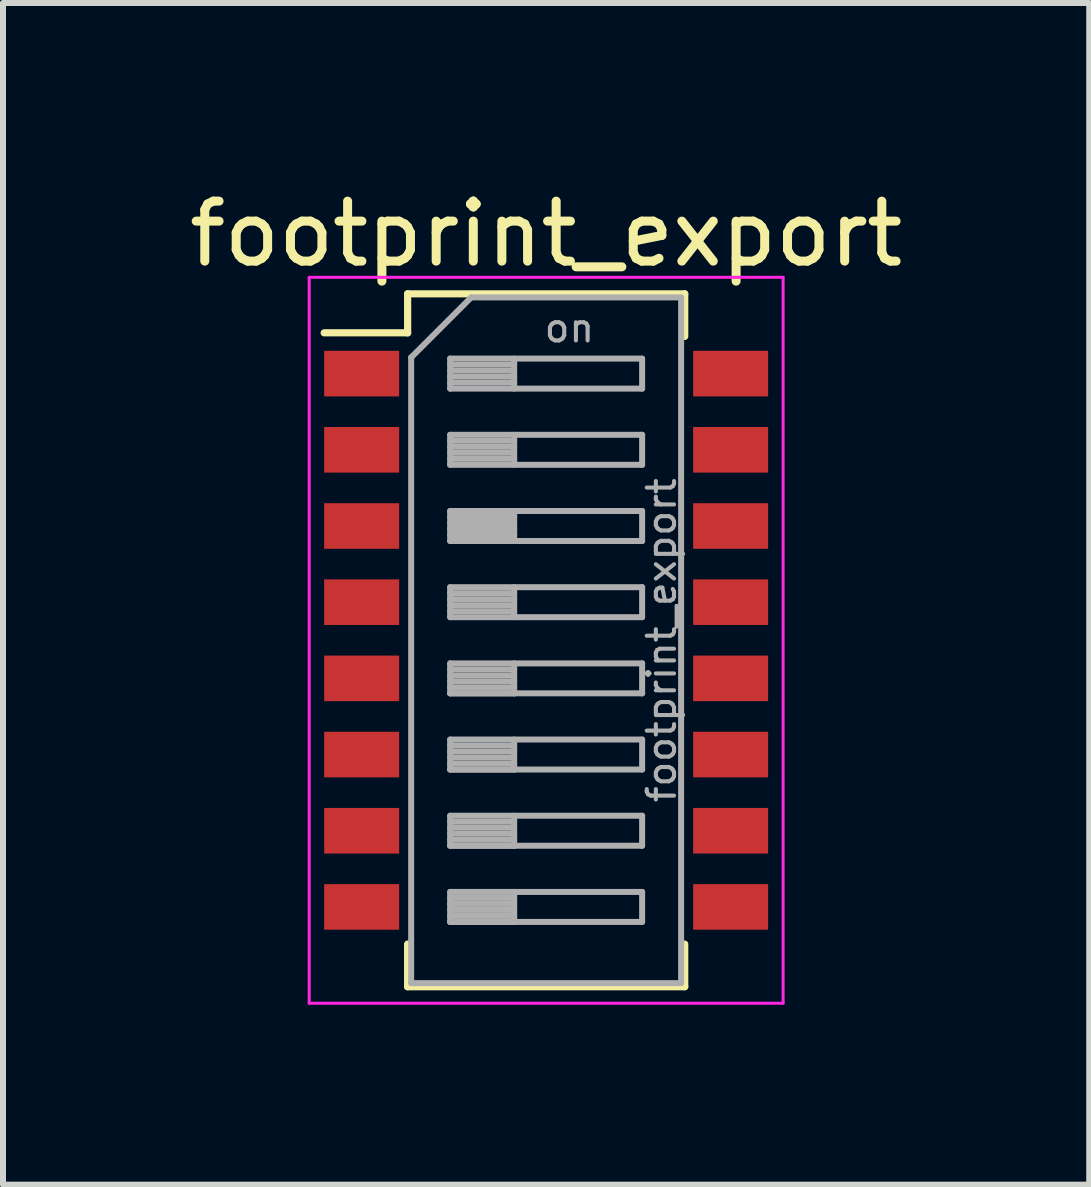
<source format=kicad_pcb>
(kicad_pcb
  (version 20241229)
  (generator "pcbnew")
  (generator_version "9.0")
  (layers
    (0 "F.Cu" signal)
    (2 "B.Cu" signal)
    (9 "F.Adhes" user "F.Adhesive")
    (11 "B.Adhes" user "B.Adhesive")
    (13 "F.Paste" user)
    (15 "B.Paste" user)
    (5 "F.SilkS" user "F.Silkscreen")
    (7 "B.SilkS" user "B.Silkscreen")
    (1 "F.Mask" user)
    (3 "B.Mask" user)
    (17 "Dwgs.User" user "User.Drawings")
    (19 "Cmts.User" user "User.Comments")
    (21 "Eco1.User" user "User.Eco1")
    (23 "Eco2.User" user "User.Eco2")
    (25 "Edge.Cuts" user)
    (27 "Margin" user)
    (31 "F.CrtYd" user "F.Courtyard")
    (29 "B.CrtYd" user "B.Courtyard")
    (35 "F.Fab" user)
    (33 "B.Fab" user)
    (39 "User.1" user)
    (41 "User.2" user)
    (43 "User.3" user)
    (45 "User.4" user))
  (footprint "footprint_export"
    (layer "F.Cu")
    (at 6.054 7.623)
    (property "Reference" "footprint_export" (at 0 -6.775 0) (layer "F.SilkS") (effects (font (size 1 1) (thickness 0.15))))
    (attr smd)
    (fp_line (start -3.7 -5.125) (end -2.309 -5.125) (stroke (width 0.12) (type solid)) (layer "F.SilkS"))
    (fp_line (start -2.309 -5.775) (end -2.309 -5.125) (stroke (width 0.12) (type solid)) (layer "F.SilkS"))
    (fp_line (start -2.309 -5.775) (end 2.31 -5.775) (stroke (width 0.12) (type solid)) (layer "F.SilkS"))
    (fp_line (start -2.309 5.065) (end -2.309 5.775) (stroke (width 0.12) (type solid)) (layer "F.SilkS"))
    (fp_line (start -2.309 5.775) (end 2.31 5.775) (stroke (width 0.12) (type solid)) (layer "F.SilkS"))
    (fp_line (start 2.31 -5.775) (end 2.31 -5.065) (stroke (width 0.12) (type solid)) (layer "F.SilkS"))
    (fp_line (start 2.31 5.065) (end 2.31 5.775) (stroke (width 0.12) (type solid)) (layer "F.SilkS"))
    (fp_line (start -3.95 -6.05) (end -3.95 6.05) (stroke (width 0.05) (type solid)) (layer "F.CrtYd"))
    (fp_line (start -3.95 6.05) (end 3.95 6.05) (stroke (width 0.05) (type solid)) (layer "F.CrtYd"))
    (fp_line (start 3.95 -6.05) (end -3.95 -6.05) (stroke (width 0.05) (type solid)) (layer "F.CrtYd"))
    (fp_line (start 3.95 6.05) (end 3.95 -6.05) (stroke (width 0.05) (type solid)) (layer "F.CrtYd"))
    (fp_line (start -2.25 -4.715) (end -1.25 -5.715) (stroke (width 0.1) (type solid)) (layer "F.Fab"))
    (fp_line (start -2.25 5.715) (end -2.25 -4.715) (stroke (width 0.1) (type solid)) (layer "F.Fab"))
    (fp_line (start -1.6 -4.695) (end -1.6 -4.195) (stroke (width 0.1) (type solid)) (layer "F.Fab"))
    (fp_line (start -1.6 -4.595) (end -0.533 -4.595) (stroke (width 0.1) (type solid)) (layer "F.Fab"))
    (fp_line (start -1.6 -4.495) (end -0.533 -4.495) (stroke (width 0.1) (type solid)) (layer "F.Fab"))
    (fp_line (start -1.6 -4.395) (end -0.533 -4.395) (stroke (width 0.1) (type solid)) (layer "F.Fab"))
    (fp_line (start -1.6 -4.295) (end -0.533 -4.295) (stroke (width 0.1) (type solid)) (layer "F.Fab"))
    (fp_line (start -1.6 -4.195) (end 1.6 -4.195) (stroke (width 0.1) (type solid)) (layer "F.Fab"))
    (fp_line (start -1.6 -3.425) (end -1.6 -2.925) (stroke (width 0.1) (type solid)) (layer "F.Fab"))
    (fp_line (start -1.6 -3.325) (end -0.533 -3.325) (stroke (width 0.1) (type solid)) (layer "F.Fab"))
    (fp_line (start -1.6 -3.225) (end -0.533 -3.225) (stroke (width 0.1) (type solid)) (layer "F.Fab"))
    (fp_line (start -1.6 -3.125) (end -0.533 -3.125) (stroke (width 0.1) (type solid)) (layer "F.Fab"))
    (fp_line (start -1.6 -3.025) (end -0.533 -3.025) (stroke (width 0.1) (type solid)) (layer "F.Fab"))
    (fp_line (start -1.6 -2.925) (end 1.6 -2.925) (stroke (width 0.1) (type solid)) (layer "F.Fab"))
    (fp_line (start -1.6 -2.155) (end -1.6 -1.655) (stroke (width 0.1) (type solid)) (layer "F.Fab"))
    (fp_line (start -1.6 -2.055) (end -0.533 -2.055) (stroke (width 0.1) (type solid)) (layer "F.Fab"))
    (fp_line (start -1.6 -1.955) (end -0.533 -1.955) (stroke (width 0.1) (type solid)) (layer "F.Fab"))
    (fp_line (start -1.6 -1.855) (end -0.533 -1.855) (stroke (width 0.1) (type solid)) (layer "F.Fab"))
    (fp_line (start -1.6 -1.755) (end -0.533 -1.755) (stroke (width 0.1) (type solid)) (layer "F.Fab"))
    (fp_line (start -1.6 -1.655) (end 1.6 -1.655) (stroke (width 0.1) (type solid)) (layer "F.Fab"))
    (fp_line (start -1.6 -0.885) (end -1.6 -0.385) (stroke (width 0.1) (type solid)) (layer "F.Fab"))
    (fp_line (start -1.6 -0.785) (end -0.533 -0.785) (stroke (width 0.1) (type solid)) (layer "F.Fab"))
    (fp_line (start -1.6 -0.685) (end -0.533 -0.685) (stroke (width 0.1) (type solid)) (layer "F.Fab"))
    (fp_line (start -1.6 -0.585) (end -0.533 -0.585) (stroke (width 0.1) (type solid)) (layer "F.Fab"))
    (fp_line (start -1.6 -0.485) (end -0.533 -0.485) (stroke (width 0.1) (type solid)) (layer "F.Fab"))
    (fp_line (start -1.6 -0.385) (end 1.6 -0.385) (stroke (width 0.1) (type solid)) (layer "F.Fab"))
    (fp_line (start -1.6 0.385) (end -1.6 0.885) (stroke (width 0.1) (type solid)) (layer "F.Fab"))
    (fp_line (start -1.6 0.485) (end -0.533 0.485) (stroke (width 0.1) (type solid)) (layer "F.Fab"))
    (fp_line (start -1.6 0.585) (end -0.533 0.585) (stroke (width 0.1) (type solid)) (layer "F.Fab"))
    (fp_line (start -1.6 0.685) (end -0.533 0.685) (stroke (width 0.1) (type solid)) (layer "F.Fab"))
    (fp_line (start -1.6 0.785) (end -0.533 0.785) (stroke (width 0.1) (type solid)) (layer "F.Fab"))
    (fp_line (start -1.6 0.885) (end -0.533 0.885) (stroke (width 0.1) (type solid)) (layer "F.Fab"))
    (fp_line (start -1.6 0.885) (end 1.6 0.885) (stroke (width 0.1) (type solid)) (layer "F.Fab"))
    (fp_line (start -1.6 1.655) (end -1.6 2.155) (stroke (width 0.1) (type solid)) (layer "F.Fab"))
    (fp_line (start -1.6 1.755) (end -0.533 1.755) (stroke (width 0.1) (type solid)) (layer "F.Fab"))
    (fp_line (start -1.6 1.855) (end -0.533 1.855) (stroke (width 0.1) (type solid)) (layer "F.Fab"))
    (fp_line (start -1.6 1.955) (end -0.533 1.955) (stroke (width 0.1) (type solid)) (layer "F.Fab"))
    (fp_line (start -1.6 2.055) (end -0.533 2.055) (stroke (width 0.1) (type solid)) (layer "F.Fab"))
    (fp_line (start -1.6 2.155) (end -0.533 2.155) (stroke (width 0.1) (type solid)) (layer "F.Fab"))
    (fp_line (start -1.6 2.155) (end 1.6 2.155) (stroke (width 0.1) (type solid)) (layer "F.Fab"))
    (fp_line (start -1.6 2.925) (end -1.6 3.425) (stroke (width 0.1) (type solid)) (layer "F.Fab"))
    (fp_line (start -1.6 3.025) (end -0.533 3.025) (stroke (width 0.1) (type solid)) (layer "F.Fab"))
    (fp_line (start -1.6 3.125) (end -0.533 3.125) (stroke (width 0.1) (type solid)) (layer "F.Fab"))
    (fp_line (start -1.6 3.225) (end -0.533 3.225) (stroke (width 0.1) (type solid)) (layer "F.Fab"))
    (fp_line (start -1.6 3.325) (end -0.533 3.325) (stroke (width 0.1) (type solid)) (layer "F.Fab"))
    (fp_line (start -1.6 3.425) (end -0.533 3.425) (stroke (width 0.1) (type solid)) (layer "F.Fab"))
    (fp_line (start -1.6 3.425) (end 1.6 3.425) (stroke (width 0.1) (type solid)) (layer "F.Fab"))
    (fp_line (start -1.6 4.195) (end -1.6 4.695) (stroke (width 0.1) (type solid)) (layer "F.Fab"))
    (fp_line (start -1.6 4.295) (end -0.533 4.295) (stroke (width 0.1) (type solid)) (layer "F.Fab"))
    (fp_line (start -1.6 4.395) (end -0.533 4.395) (stroke (width 0.1) (type solid)) (layer "F.Fab"))
    (fp_line (start -1.6 4.495) (end -0.533 4.495) (stroke (width 0.1) (type solid)) (layer "F.Fab"))
    (fp_line (start -1.6 4.595) (end -0.533 4.595) (stroke (width 0.1) (type solid)) (layer "F.Fab"))
    (fp_line (start -1.6 4.695) (end -0.533 4.695) (stroke (width 0.1) (type solid)) (layer "F.Fab"))
    (fp_line (start -1.6 4.695) (end 1.6 4.695) (stroke (width 0.1) (type solid)) (layer "F.Fab"))
    (fp_line (start -1.25 -5.715) (end 2.25 -5.715) (stroke (width 0.1) (type solid)) (layer "F.Fab"))
    (fp_line (start -0.533 -4.695) (end -0.533 -4.195) (stroke (width 0.1) (type solid)) (layer "F.Fab"))
    (fp_line (start -0.533 -3.425) (end -0.533 -2.925) (stroke (width 0.1) (type solid)) (layer "F.Fab"))
    (fp_line (start -0.533 -2.155) (end -0.533 -1.655) (stroke (width 0.1) (type solid)) (layer "F.Fab"))
    (fp_line (start -0.533 -0.885) (end -0.533 -0.385) (stroke (width 0.1) (type solid)) (layer "F.Fab"))
    (fp_line (start -0.533 0.385) (end -0.533 0.885) (stroke (width 0.1) (type solid)) (layer "F.Fab"))
    (fp_line (start -0.533 1.655) (end -0.533 2.155) (stroke (width 0.1) (type solid)) (layer "F.Fab"))
    (fp_line (start -0.533 2.925) (end -0.533 3.425) (stroke (width 0.1) (type solid)) (layer "F.Fab"))
    (fp_line (start -0.533 4.195) (end -0.533 4.695) (stroke (width 0.1) (type solid)) (layer "F.Fab"))
    (fp_line (start 1.6 -4.695) (end -1.6 -4.695) (stroke (width 0.1) (type solid)) (layer "F.Fab"))
    (fp_line (start 1.6 -4.195) (end 1.6 -4.695) (stroke (width 0.1) (type solid)) (layer "F.Fab"))
    (fp_line (start 1.6 -3.425) (end -1.6 -3.425) (stroke (width 0.1) (type solid)) (layer "F.Fab"))
    (fp_line (start 1.6 -2.925) (end 1.6 -3.425) (stroke (width 0.1) (type solid)) (layer "F.Fab"))
    (fp_line (start 1.6 -2.155) (end -1.6 -2.155) (stroke (width 0.1) (type solid)) (layer "F.Fab"))
    (fp_line (start 1.6 -1.655) (end 1.6 -2.155) (stroke (width 0.1) (type solid)) (layer "F.Fab"))
    (fp_line (start 1.6 -0.885) (end -1.6 -0.885) (stroke (width 0.1) (type solid)) (layer "F.Fab"))
    (fp_line (start 1.6 -0.385) (end 1.6 -0.885) (stroke (width 0.1) (type solid)) (layer "F.Fab"))
    (fp_line (start 1.6 0.385) (end -1.6 0.385) (stroke (width 0.1) (type solid)) (layer "F.Fab"))
    (fp_line (start 1.6 0.885) (end 1.6 0.385) (stroke (width 0.1) (type solid)) (layer "F.Fab"))
    (fp_line (start 1.6 1.655) (end -1.6 1.655) (stroke (width 0.1) (type solid)) (layer "F.Fab"))
    (fp_line (start 1.6 2.155) (end 1.6 1.655) (stroke (width 0.1) (type solid)) (layer "F.Fab"))
    (fp_line (start 1.6 2.925) (end -1.6 2.925) (stroke (width 0.1) (type solid)) (layer "F.Fab"))
    (fp_line (start 1.6 3.425) (end 1.6 2.925) (stroke (width 0.1) (type solid)) (layer "F.Fab"))
    (fp_line (start 1.6 4.195) (end -1.6 4.195) (stroke (width 0.1) (type solid)) (layer "F.Fab"))
    (fp_line (start 1.6 4.695) (end 1.6 4.195) (stroke (width 0.1) (type solid)) (layer "F.Fab"))
    (fp_line (start 2.25 -5.715) (end 2.25 5.715) (stroke (width 0.1) (type solid)) (layer "F.Fab"))
    (fp_line (start 2.25 5.715) (end -2.25 5.715) (stroke (width 0.1) (type solid)) (layer "F.Fab"))
    (fp_text user "on" (at 0.388 -5.205 0) (layer "F.Fab") (effects (font (size 0.455 0.455) (thickness 0.068))))
    (fp_text user "${REFERENCE}" (at 1.925 0 90) (layer "F.Fab") (effects (font (size 0.455 0.455) (thickness 0.068))))
    (pad "1" smd rect (at -3.075 -4.445) (size 1.25 0.76) (layers "F.Cu" "F.Mask" "F.Paste"))
    (pad "2" smd rect (at -3.075 -3.175) (size 1.25 0.76) (layers "F.Cu" "F.Mask" "F.Paste"))
    (pad "3" smd rect (at -3.075 -1.905) (size 1.25 0.76) (layers "F.Cu" "F.Mask" "F.Paste"))
    (pad "4" smd rect (at -3.075 -0.635) (size 1.25 0.76) (layers "F.Cu" "F.Mask" "F.Paste"))
    (pad "5" smd rect (at -3.075 0.635) (size 1.25 0.76) (layers "F.Cu" "F.Mask" "F.Paste"))
    (pad "6" smd rect (at -3.075 1.905) (size 1.25 0.76) (layers "F.Cu" "F.Mask" "F.Paste"))
    (pad "7" smd rect (at -3.075 3.175) (size 1.25 0.76) (layers "F.Cu" "F.Mask" "F.Paste"))
    (pad "8" smd rect (at -3.075 4.445) (size 1.25 0.76) (layers "F.Cu" "F.Mask" "F.Paste"))
    (pad "9" smd rect (at 3.075 4.445) (size 1.25 0.76) (layers "F.Cu" "F.Mask" "F.Paste"))
    (pad "10" smd rect (at 3.075 3.175) (size 1.25 0.76) (layers "F.Cu" "F.Mask" "F.Paste"))
    (pad "11" smd rect (at 3.075 1.905) (size 1.25 0.76) (layers "F.Cu" "F.Mask" "F.Paste"))
    (pad "12" smd rect (at 3.075 0.635) (size 1.25 0.76) (layers "F.Cu" "F.Mask" "F.Paste"))
    (pad "13" smd rect (at 3.075 -0.635) (size 1.25 0.76) (layers "F.Cu" "F.Mask" "F.Paste"))
    (pad "14" smd rect (at 3.075 -1.905) (size 1.25 0.76) (layers "F.Cu" "F.Mask" "F.Paste"))
    (pad "15" smd rect (at 3.075 -3.175) (size 1.25 0.76) (layers "F.Cu" "F.Mask" "F.Paste"))
    (pad "16" smd rect (at 3.075 -4.445) (size 1.25 0.76) (layers "F.Cu" "F.Mask" "F.Paste")))
  (gr_rect
    (start -3 -3)
    (end 15.107 16.698)
    (stroke (width 0.1) (type default))
    (fill no)
    (layer "Edge.Cuts")))
</source>
